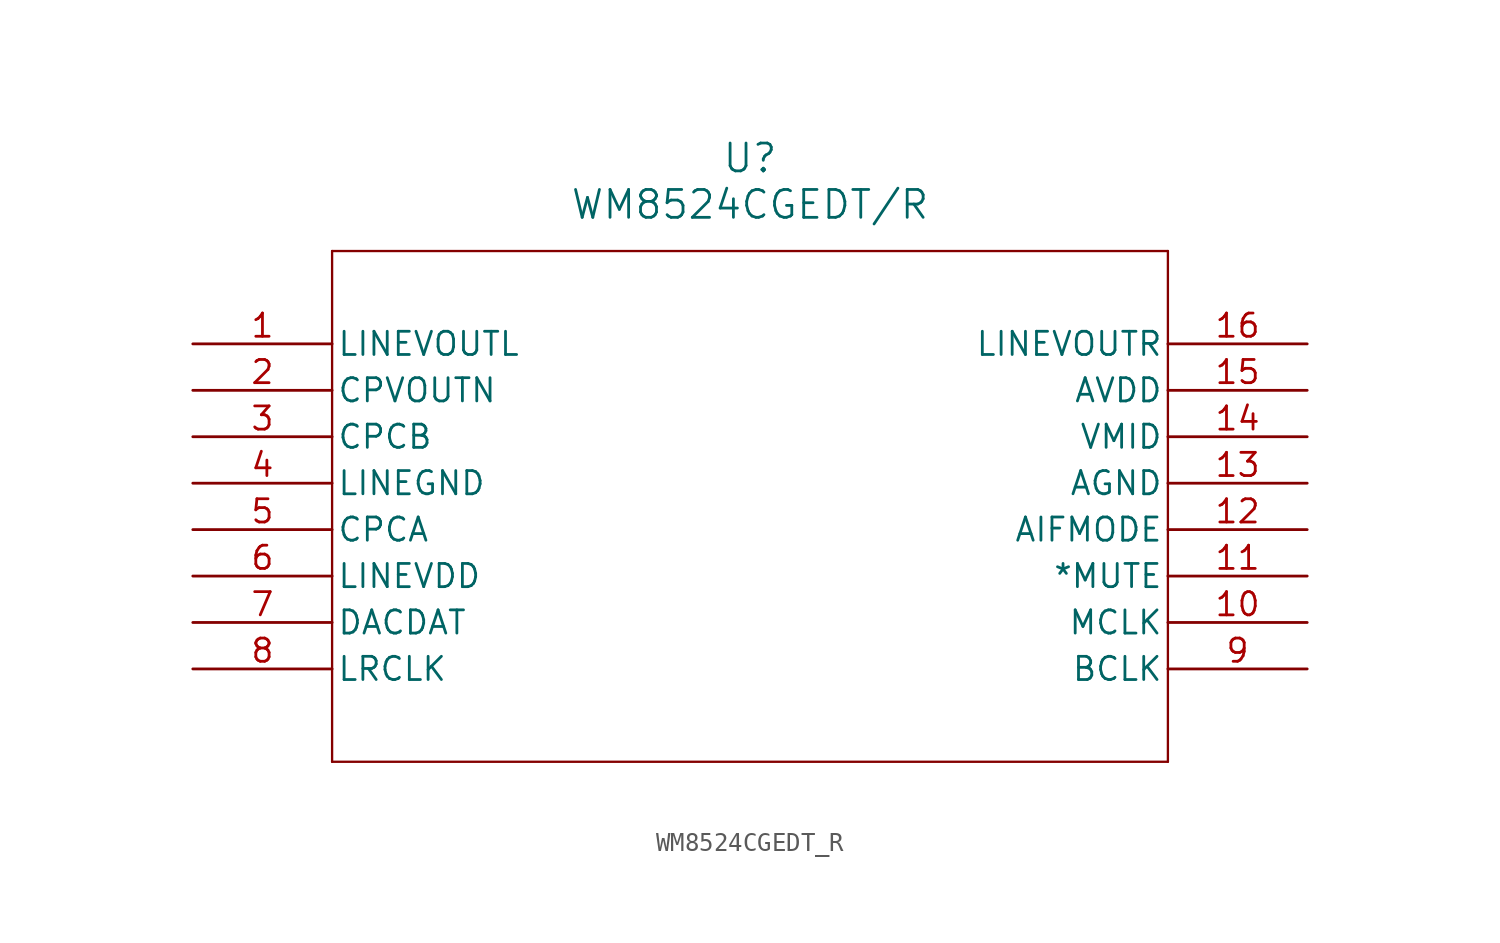
<source format=kicad_sym>
(kicad_symbol_lib
  (version 20211014)
  (generator kicad_symbol_editor)
  (symbol "WM8524CGEDT_R"
    (pin_names
      (offset 0.254))
    (property "Reference" "U"
      (at 30.48 10.16 0)
      (effects (font (size 1.524 1.524))))
    (property "Value" "WM8524CGEDT/R"
      (at 30.48 7.62 0)
      (effects (font (size 1.524 1.524))))
    (symbol "WM8524CGEDT_R_0_1"
      (polyline (pts (xy 7.62 5.08) (xy 7.62 -22.86)) (stroke (width 0.127) (type default) (color 0 0 0 0)) (fill (type none)))
      (polyline (pts (xy 7.62 -22.86) (xy 53.34 -22.86)) (stroke (width 0.127) (type default) (color 0 0 0 0)) (fill (type none)))
      (polyline (pts (xy 53.34 -22.86) (xy 53.34 5.08)) (stroke (width 0.127) (type default) (color 0 0 0 0)) (fill (type none)))
      (polyline (pts (xy 53.34 5.08) (xy 7.62 5.08)) (stroke (width 0.127) (type default) (color 0 0 0 0)) (fill (type none)))
      (pin output line (at 0 0 0) (length 7.62) (name "LINEVOUTL" (effects (font (size 1.27 1.27)))) (number "1" (effects (font (size 1.27 1.27)))))
      (pin output line (at 0 -2.54 0) (length 7.62) (name "CPVOUTN" (effects (font (size 1.27 1.27)))) (number "2" (effects (font (size 1.27 1.27)))))
      (pin output line (at 0 -5.08 0) (length 7.62) (name "CPCB" (effects (font (size 1.27 1.27)))) (number "3" (effects (font (size 1.27 1.27)))))
      (pin power_out line (at 0 -7.62 0) (length 7.62) (name "LINEGND" (effects (font (size 1.27 1.27)))) (number "4" (effects (font (size 1.27 1.27)))))
      (pin output line (at 0 -10.16 0) (length 7.62) (name "CPCA" (effects (font (size 1.27 1.27)))) (number "5" (effects (font (size 1.27 1.27)))))
      (pin power_in line (at 0 -12.7 0) (length 7.62) (name "LINEVDD" (effects (font (size 1.27 1.27)))) (number "6" (effects (font (size 1.27 1.27)))))
      (pin input line (at 0 -15.24 0) (length 7.62) (name "DACDAT" (effects (font (size 1.27 1.27)))) (number "7" (effects (font (size 1.27 1.27)))))
      (pin input line (at 0 -17.78 0) (length 7.62) (name "LRCLK" (effects (font (size 1.27 1.27)))) (number "8" (effects (font (size 1.27 1.27)))))
      (pin input line (at 60.96 -17.78 180) (length 7.62) (name "BCLK" (effects (font (size 1.27 1.27)))) (number "9" (effects (font (size 1.27 1.27)))))
      (pin input line (at 60.96 -15.24 180) (length 7.62) (name "MCLK" (effects (font (size 1.27 1.27)))) (number "10" (effects (font (size 1.27 1.27)))))
      (pin input line (at 60.96 -12.7 180) (length 7.62) (name "*MUTE" (effects (font (size 1.27 1.27)))) (number "11" (effects (font (size 1.27 1.27)))))
      (pin tri_state line (at 60.96 -10.16 180) (length 7.62) (name "AIFMODE" (effects (font (size 1.27 1.27)))) (number "12" (effects (font (size 1.27 1.27)))))
      (pin power_out line (at 60.96 -7.62 180) (length 7.62) (name "AGND" (effects (font (size 1.27 1.27)))) (number "13" (effects (font (size 1.27 1.27)))))
      (pin output line (at 60.96 -5.08 180) (length 7.62) (name "VMID" (effects (font (size 1.27 1.27)))) (number "14" (effects (font (size 1.27 1.27)))))
      (pin power_in line (at 60.96 -2.54 180) (length 7.62) (name "AVDD" (effects (font (size 1.27 1.27)))) (number "15" (effects (font (size 1.27 1.27)))))
      (pin output line (at 60.96 0 180) (length 7.62) (name "LINEVOUTR" (effects (font (size 1.27 1.27)))) (number "16" (effects (font (size 1.27 1.27))))))))
</source>
